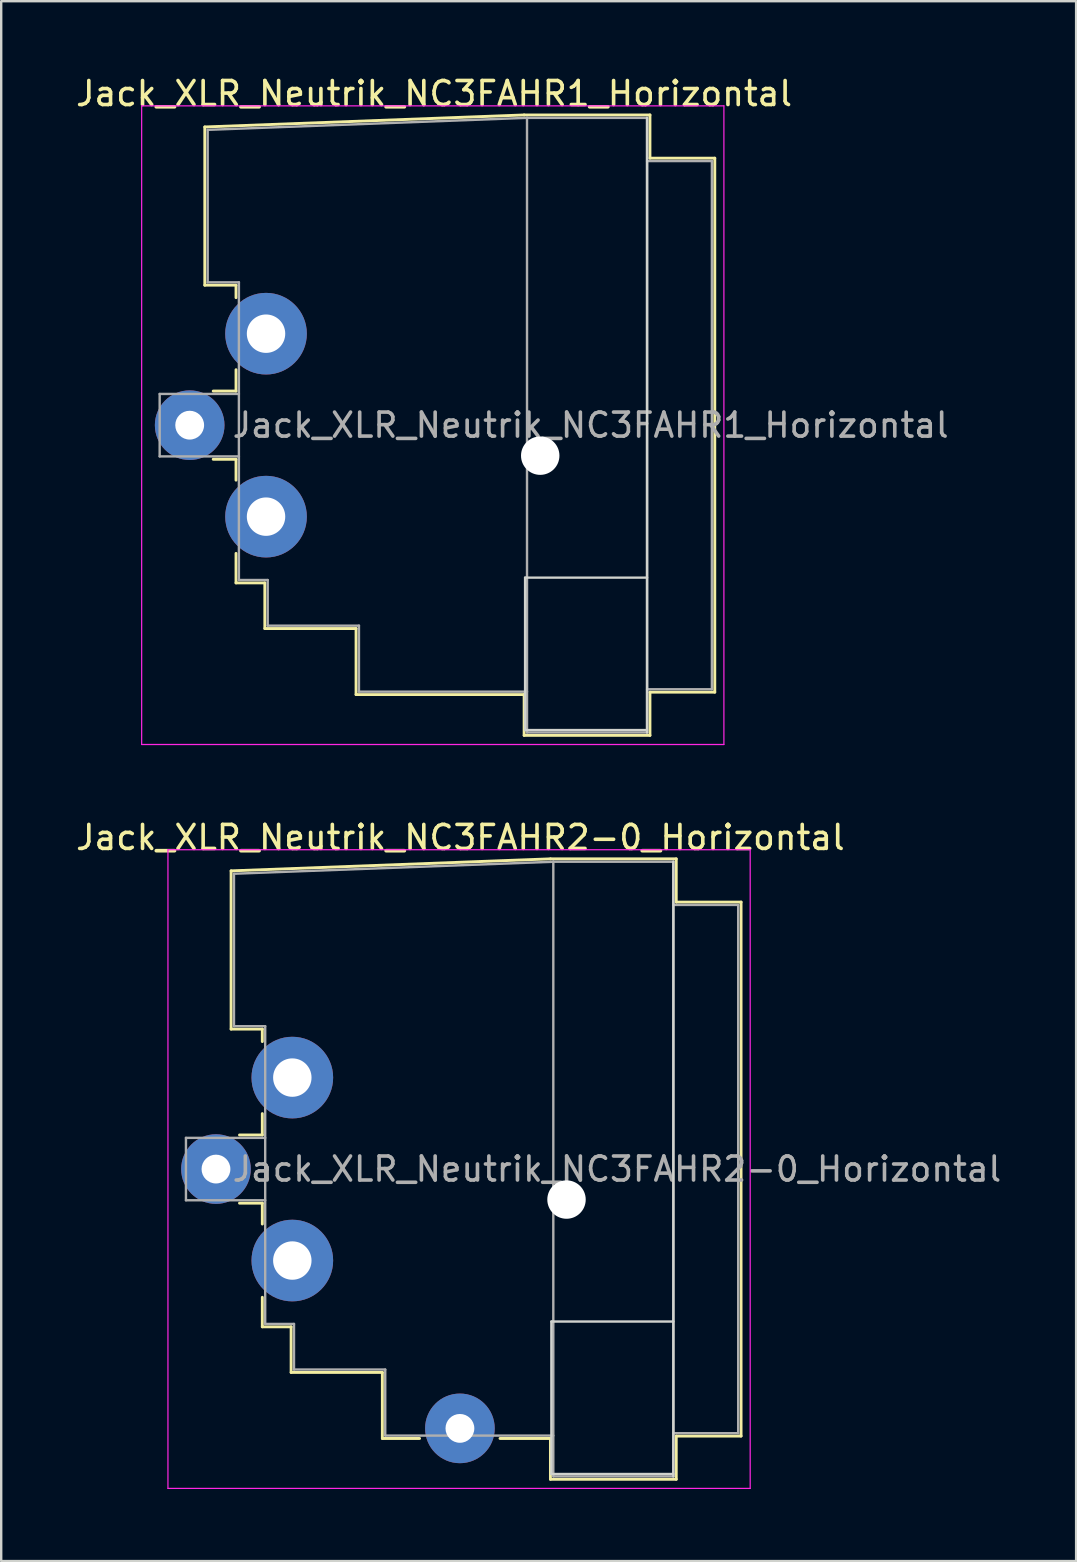
<source format=kicad_pcb>
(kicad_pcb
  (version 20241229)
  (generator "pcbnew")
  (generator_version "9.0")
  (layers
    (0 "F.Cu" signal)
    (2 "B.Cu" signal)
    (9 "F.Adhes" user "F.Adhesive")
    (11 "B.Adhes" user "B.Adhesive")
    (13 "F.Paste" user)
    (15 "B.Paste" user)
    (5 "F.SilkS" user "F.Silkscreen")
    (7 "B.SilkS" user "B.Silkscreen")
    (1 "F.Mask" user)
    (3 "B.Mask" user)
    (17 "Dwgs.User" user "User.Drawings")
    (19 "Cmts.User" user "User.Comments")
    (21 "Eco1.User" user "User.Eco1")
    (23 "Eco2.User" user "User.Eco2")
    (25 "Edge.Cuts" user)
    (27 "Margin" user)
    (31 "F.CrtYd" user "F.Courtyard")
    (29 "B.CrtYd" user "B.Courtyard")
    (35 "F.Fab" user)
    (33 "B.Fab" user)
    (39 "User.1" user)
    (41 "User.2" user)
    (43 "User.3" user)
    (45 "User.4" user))
  (footprint "Jack_XLR_Neutrik_NC3FAHR2-0_Horizontal"
    (layer "F.Cu")
    (at 9.125 41.831)
    (property "Reference" "Jack_XLR_Neutrik_NC3FAHR2-0_Horizontal" (at 7 -10 0) (layer "F.SilkS") (effects (font (size 1 1) (thickness 0.15))))
    (attr through_hole)
    (fp_line (start -2.55 -8.61) (end -2.55 -2.02) (stroke (width 0.12) (type solid)) (layer "F.SilkS"))
    (fp_line (start -2.55 -2.02) (end -1.25 -2.02) (stroke (width 0.12) (type solid)) (layer "F.SilkS"))
    (fp_line (start -1.25 -2.02) (end -1.25 -1.5) (stroke (width 0.12) (type solid)) (layer "F.SilkS"))
    (fp_line (start -1.25 1.5) (end -1.25 2.39) (stroke (width 0.12) (type solid)) (layer "F.SilkS"))
    (fp_line (start -1.25 2.39) (end -2.2 2.39) (stroke (width 0.12) (type solid)) (layer "F.SilkS"))
    (fp_line (start -1.25 5.23) (end -2.2 5.23) (stroke (width 0.12) (type solid)) (layer "F.SilkS"))
    (fp_line (start -1.25 5.23) (end -1.25 6.1) (stroke (width 0.12) (type solid)) (layer "F.SilkS"))
    (fp_line (start -1.25 9.15) (end -1.25 10.38) (stroke (width 0.12) (type solid)) (layer "F.SilkS"))
    (fp_line (start -0.05 10.38) (end -1.25 10.38) (stroke (width 0.12) (type solid)) (layer "F.SilkS"))
    (fp_line (start -0.05 10.38) (end -0.05 12.28) (stroke (width 0.12) (type solid)) (layer "F.SilkS"))
    (fp_line (start 3.75 12.28) (end -0.05 12.28) (stroke (width 0.12) (type solid)) (layer "F.SilkS"))
    (fp_line (start 3.75 12.28) (end 3.75 15.03) (stroke (width 0.12) (type solid)) (layer "F.SilkS"))
    (fp_line (start 5.3 15.03) (end 3.75 15.03) (stroke (width 0.12) (type solid)) (layer "F.SilkS"))
    (fp_line (start 10.75 -9.11) (end -2.55 -8.61) (stroke (width 0.12) (type solid)) (layer "F.SilkS"))
    (fp_line (start 10.75 15.03) (end 8.65 15.03) (stroke (width 0.12) (type solid)) (layer "F.SilkS"))
    (fp_line (start 10.75 16.73) (end 10.75 15.03) (stroke (width 0.12) (type solid)) (layer "F.SilkS"))
    (fp_line (start 15.99 -9.11) (end 10.75 -9.11) (stroke (width 0.12) (type solid)) (layer "F.SilkS"))
    (fp_line (start 15.99 -9.11) (end 15.99 -7.31) (stroke (width 0.12) (type solid)) (layer "F.SilkS"))
    (fp_line (start 15.99 -7.31) (end 18.69 -7.31) (stroke (width 0.12) (type solid)) (layer "F.SilkS"))
    (fp_line (start 15.99 14.93) (end 15.99 16.73) (stroke (width 0.12) (type solid)) (layer "F.SilkS"))
    (fp_line (start 15.99 14.93) (end 18.69 14.93) (stroke (width 0.12) (type solid)) (layer "F.SilkS"))
    (fp_line (start 15.99 16.73) (end 10.75 16.73) (stroke (width 0.12) (type solid)) (layer "F.SilkS"))
    (fp_line (start 18.69 -7.31) (end 18.69 14.93) (stroke (width 0.12) (type solid)) (layer "F.SilkS"))
    (fp_line (start 10.79 10.16) (end 10.79 16.51) (stroke (width 0.1) (type solid)) (layer "Edge.Cuts"))
    (fp_line (start 10.79 16.51) (end 15.87 16.51) (stroke (width 0.1) (type solid)) (layer "Edge.Cuts"))
    (fp_line (start 15.87 -8.99) (end 15.87 16.61) (stroke (width 0.1) (type solid)) (layer "Edge.Cuts"))
    (fp_line (start 15.87 10.16) (end 10.79 10.16) (stroke (width 0.1) (type solid)) (layer "Edge.Cuts"))
    (fp_line (start -5.18 -9.49) (end -5.18 17.11) (stroke (width 0.05) (type solid)) (layer "F.CrtYd"))
    (fp_line (start 19.07 -9.49) (end -5.18 -9.49) (stroke (width 0.05) (type solid)) (layer "F.CrtYd"))
    (fp_line (start 19.07 -9.49) (end 19.07 17.11) (stroke (width 0.05) (type solid)) (layer "F.CrtYd"))
    (fp_line (start 19.07 17.11) (end -5.18 17.11) (stroke (width 0.05) (type solid)) (layer "F.CrtYd"))
    (fp_line (start -4.43 2.51) (end -4.43 5.11) (stroke (width 0.1) (type solid)) (layer "F.Fab"))
    (fp_line (start -4.43 2.51) (end -1.13 2.51) (stroke (width 0.1) (type solid)) (layer "F.Fab"))
    (fp_line (start -4.43 5.11) (end -1.13 5.11) (stroke (width 0.1) (type solid)) (layer "F.Fab"))
    (fp_line (start -2.43 -8.49) (end -2.43 -2.14) (stroke (width 0.1) (type solid)) (layer "F.Fab"))
    (fp_line (start -2.43 -8.49) (end 10.87 -8.99) (stroke (width 0.1) (type solid)) (layer "F.Fab"))
    (fp_line (start -1.13 -2.14) (end -2.43 -2.14) (stroke (width 0.1) (type solid)) (layer "F.Fab"))
    (fp_line (start -1.13 -2.14) (end -1.13 10.26) (stroke (width 0.1) (type solid)) (layer "F.Fab"))
    (fp_line (start -1.13 10.26) (end 0.07 10.26) (stroke (width 0.1) (type solid)) (layer "F.Fab"))
    (fp_line (start 0.07 10.26) (end 0.07 12.16) (stroke (width 0.1) (type solid)) (layer "F.Fab"))
    (fp_line (start 0.07 12.16) (end 3.87 12.16) (stroke (width 0.1) (type solid)) (layer "F.Fab"))
    (fp_line (start 3.87 12.16) (end 3.87 14.91) (stroke (width 0.1) (type solid)) (layer "F.Fab"))
    (fp_line (start 3.87 14.91) (end 10.87 14.91) (stroke (width 0.1) (type solid)) (layer "F.Fab"))
    (fp_line (start 10.87 -8.99) (end 15.87 -8.99) (stroke (width 0.1) (type solid)) (layer "F.Fab"))
    (fp_line (start 10.87 16.61) (end 10.87 -8.99) (stroke (width 0.1) (type solid)) (layer "F.Fab"))
    (fp_line (start 15.87 -8.99) (end 15.87 16.61) (stroke (width 0.1) (type solid)) (layer "F.Fab"))
    (fp_line (start 15.87 -7.19) (end 18.57 -7.19) (stroke (width 0.1) (type solid)) (layer "F.Fab"))
    (fp_line (start 15.87 16.61) (end 10.87 16.61) (stroke (width 0.1) (type solid)) (layer "F.Fab"))
    (fp_line (start 18.57 -7.19) (end 18.57 14.81) (stroke (width 0.1) (type solid)) (layer "F.Fab"))
    (fp_line (start 18.57 14.81) (end 15.87 14.81) (stroke (width 0.1) (type solid)) (layer "F.Fab"))
    (fp_text user "${REFERENCE}" (at 13.52 3.81 0) (layer "F.Fab") (effects (font (size 1 1) (thickness 0.15))))
    (pad "" np_thru_hole circle (at 11.42 5.08) (size 1.6 1.6) (drill 1.6) (layers "*.Cu" "*.Mask"))
    (pad "1" thru_hole circle (at 0 0) (size 3.4 3.4) (drill 1.6) (layers "*.Cu" "*.Mask"))
    (pad "2" thru_hole circle (at -3.18 3.81) (size 2.9 2.9) (drill 1.2) (layers "*.Cu" "*.Mask"))
    (pad "3" thru_hole circle (at 0 7.62) (size 3.4 3.4) (drill 1.6) (layers "*.Cu" "*.Mask"))
    (pad "G" thru_hole circle (at 6.98 14.61) (size 2.9 2.9) (drill 1.2) (layers "*.Cu" "*.Mask")))
  (footprint "Jack_XLR_Neutrik_NC3FAHR1_Horizontal"
    (layer "F.Cu")
    (at 8.03 10.848)
    (property "Reference" "Jack_XLR_Neutrik_NC3FAHR1_Horizontal" (at 7 -10 0) (layer "F.SilkS") (effects (font (size 1 1) (thickness 0.15))))
    (attr through_hole)
    (fp_line (start -2.55 -8.61) (end -2.55 -2.02) (stroke (width 0.12) (type solid)) (layer "F.SilkS"))
    (fp_line (start -2.55 -2.02) (end -1.25 -2.02) (stroke (width 0.12) (type solid)) (layer "F.SilkS"))
    (fp_line (start -1.25 -2.02) (end -1.25 -1.5) (stroke (width 0.12) (type solid)) (layer "F.SilkS"))
    (fp_line (start -1.25 1.5) (end -1.25 2.39) (stroke (width 0.12) (type solid)) (layer "F.SilkS"))
    (fp_line (start -1.25 2.39) (end -2.2 2.39) (stroke (width 0.12) (type solid)) (layer "F.SilkS"))
    (fp_line (start -1.25 5.23) (end -2.2 5.23) (stroke (width 0.12) (type solid)) (layer "F.SilkS"))
    (fp_line (start -1.25 5.23) (end -1.25 6.1) (stroke (width 0.12) (type solid)) (layer "F.SilkS"))
    (fp_line (start -1.25 9.15) (end -1.25 10.38) (stroke (width 0.12) (type solid)) (layer "F.SilkS"))
    (fp_line (start -0.05 10.38) (end -1.25 10.38) (stroke (width 0.12) (type solid)) (layer "F.SilkS"))
    (fp_line (start -0.05 10.38) (end -0.05 12.28) (stroke (width 0.12) (type solid)) (layer "F.SilkS"))
    (fp_line (start 3.75 12.28) (end -0.05 12.28) (stroke (width 0.12) (type solid)) (layer "F.SilkS"))
    (fp_line (start 3.75 12.28) (end 3.75 15.03) (stroke (width 0.12) (type solid)) (layer "F.SilkS"))
    (fp_line (start 10.75 -9.11) (end -2.55 -8.61) (stroke (width 0.12) (type solid)) (layer "F.SilkS"))
    (fp_line (start 10.75 15.03) (end 3.75 15.03) (stroke (width 0.12) (type solid)) (layer "F.SilkS"))
    (fp_line (start 10.75 16.73) (end 10.75 15.03) (stroke (width 0.12) (type solid)) (layer "F.SilkS"))
    (fp_line (start 15.99 -9.11) (end 10.75 -9.11) (stroke (width 0.12) (type solid)) (layer "F.SilkS"))
    (fp_line (start 15.99 -9.11) (end 15.99 -7.31) (stroke (width 0.12) (type solid)) (layer "F.SilkS"))
    (fp_line (start 15.99 -7.31) (end 18.69 -7.31) (stroke (width 0.12) (type solid)) (layer "F.SilkS"))
    (fp_line (start 15.99 14.93) (end 15.99 16.73) (stroke (width 0.12) (type solid)) (layer "F.SilkS"))
    (fp_line (start 15.99 14.93) (end 18.69 14.93) (stroke (width 0.12) (type solid)) (layer "F.SilkS"))
    (fp_line (start 15.99 16.73) (end 10.75 16.73) (stroke (width 0.12) (type solid)) (layer "F.SilkS"))
    (fp_line (start 18.69 -7.31) (end 18.69 14.93) (stroke (width 0.12) (type solid)) (layer "F.SilkS"))
    (fp_line (start 10.79 10.16) (end 10.79 16.51) (stroke (width 0.1) (type solid)) (layer "Edge.Cuts"))
    (fp_line (start 10.79 16.51) (end 15.87 16.51) (stroke (width 0.1) (type solid)) (layer "Edge.Cuts"))
    (fp_line (start 15.87 -8.99) (end 15.87 16.61) (stroke (width 0.1) (type solid)) (layer "Edge.Cuts"))
    (fp_line (start 15.87 10.16) (end 10.79 10.16) (stroke (width 0.1) (type solid)) (layer "Edge.Cuts"))
    (fp_line (start -5.18 -9.49) (end -5.18 17.11) (stroke (width 0.05) (type solid)) (layer "F.CrtYd"))
    (fp_line (start 19.07 -9.49) (end -5.18 -9.49) (stroke (width 0.05) (type solid)) (layer "F.CrtYd"))
    (fp_line (start 19.07 -9.49) (end 19.07 17.11) (stroke (width 0.05) (type solid)) (layer "F.CrtYd"))
    (fp_line (start 19.07 17.11) (end -5.18 17.11) (stroke (width 0.05) (type solid)) (layer "F.CrtYd"))
    (fp_line (start -4.43 2.51) (end -4.43 5.11) (stroke (width 0.1) (type solid)) (layer "F.Fab"))
    (fp_line (start -4.43 2.51) (end -1.13 2.51) (stroke (width 0.1) (type solid)) (layer "F.Fab"))
    (fp_line (start -4.43 5.11) (end -1.13 5.11) (stroke (width 0.1) (type solid)) (layer "F.Fab"))
    (fp_line (start -2.43 -8.49) (end -2.43 -2.14) (stroke (width 0.1) (type solid)) (layer "F.Fab"))
    (fp_line (start -2.43 -8.49) (end 10.87 -8.99) (stroke (width 0.1) (type solid)) (layer "F.Fab"))
    (fp_line (start -1.13 -2.14) (end -2.43 -2.14) (stroke (width 0.1) (type solid)) (layer "F.Fab"))
    (fp_line (start -1.13 -2.14) (end -1.13 10.26) (stroke (width 0.1) (type solid)) (layer "F.Fab"))
    (fp_line (start -1.13 10.26) (end 0.07 10.26) (stroke (width 0.1) (type solid)) (layer "F.Fab"))
    (fp_line (start 0.07 10.26) (end 0.07 12.16) (stroke (width 0.1) (type solid)) (layer "F.Fab"))
    (fp_line (start 0.07 12.16) (end 3.87 12.16) (stroke (width 0.1) (type solid)) (layer "F.Fab"))
    (fp_line (start 3.87 12.16) (end 3.87 14.91) (stroke (width 0.1) (type solid)) (layer "F.Fab"))
    (fp_line (start 3.87 14.91) (end 10.87 14.91) (stroke (width 0.1) (type solid)) (layer "F.Fab"))
    (fp_line (start 10.87 -8.99) (end 15.87 -8.99) (stroke (width 0.1) (type solid)) (layer "F.Fab"))
    (fp_line (start 10.87 16.61) (end 10.87 -8.99) (stroke (width 0.1) (type solid)) (layer "F.Fab"))
    (fp_line (start 15.87 -8.99) (end 15.87 16.61) (stroke (width 0.1) (type solid)) (layer "F.Fab"))
    (fp_line (start 15.87 -7.19) (end 18.57 -7.19) (stroke (width 0.1) (type solid)) (layer "F.Fab"))
    (fp_line (start 15.87 16.61) (end 10.87 16.61) (stroke (width 0.1) (type solid)) (layer "F.Fab"))
    (fp_line (start 18.57 -7.19) (end 18.57 14.81) (stroke (width 0.1) (type solid)) (layer "F.Fab"))
    (fp_line (start 18.57 14.81) (end 15.87 14.81) (stroke (width 0.1) (type solid)) (layer "F.Fab"))
    (fp_text user "${REFERENCE}" (at 13.52 3.81 0) (layer "F.Fab") (effects (font (size 1 1) (thickness 0.15))))
    (pad "" np_thru_hole circle (at 11.42 5.08) (size 1.6 1.6) (drill 1.6) (layers "*.Cu" "*.Mask"))
    (pad "1" thru_hole circle (at 0 0) (size 3.4 3.4) (drill 1.6) (layers "*.Cu" "*.Mask"))
    (pad "2" thru_hole circle (at -3.18 3.81) (size 2.9 2.9) (drill 1.2) (layers "*.Cu" "*.Mask"))
    (pad "3" thru_hole circle (at 0 7.62) (size 3.4 3.4) (drill 1.6) (layers "*.Cu" "*.Mask")))
  (gr_rect
    (start -3 -3)
    (end 41.77 61.967)
    (stroke (width 0.1) (type default))
    (fill no)
    (layer "Edge.Cuts")))
</source>
